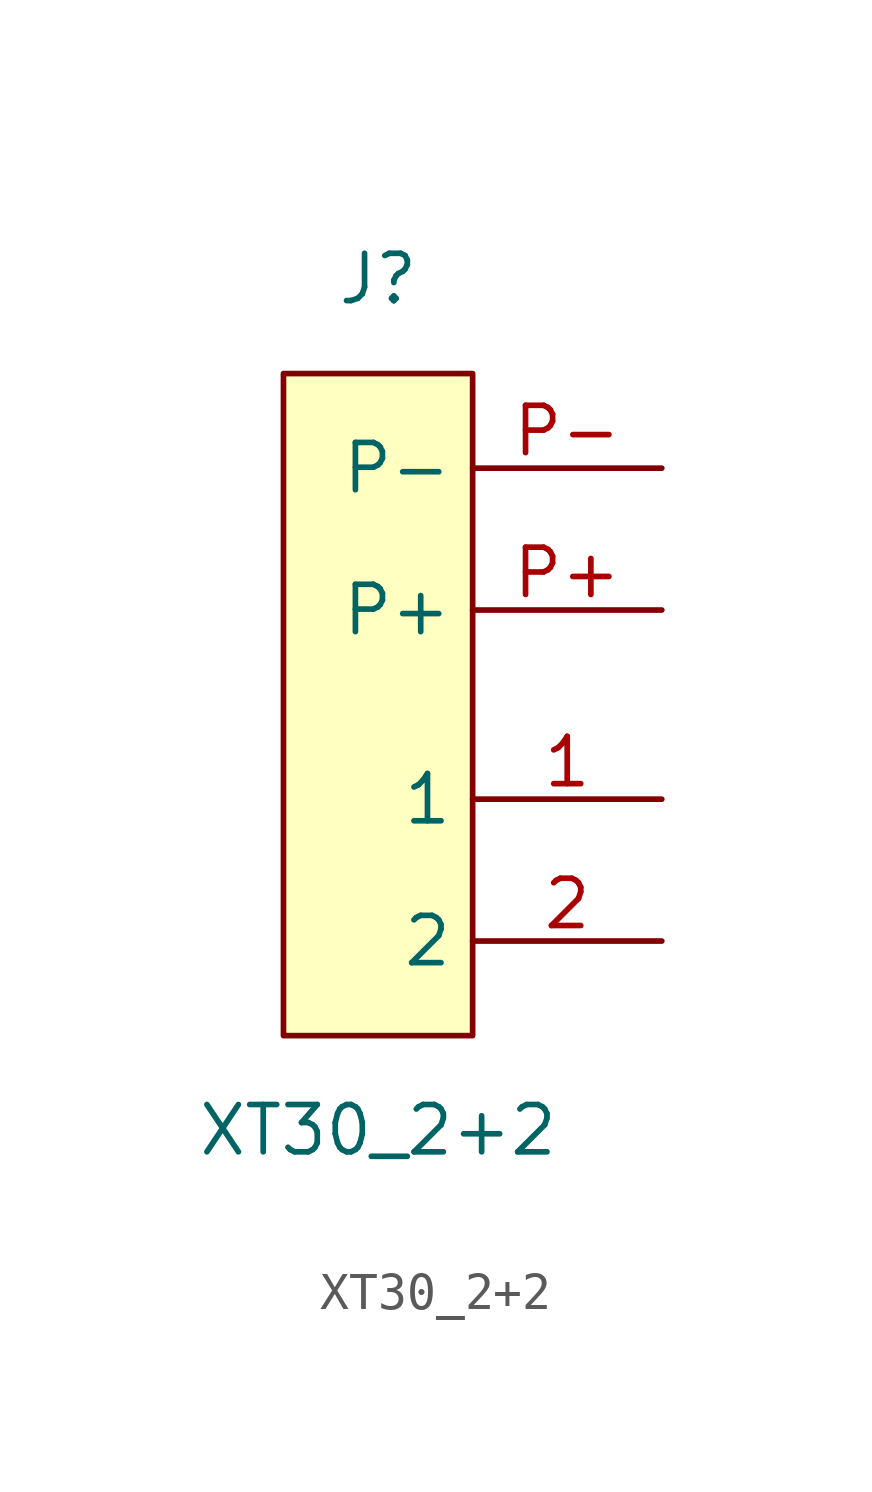
<source format=kicad_sym>
(kicad_symbol_lib
  (version 20220914)
  (generator kicad_symbol_editor)
  (symbol "XT30_2+2"
    (property "Reference" "J"
      (at 0 11.43 0)
      (effects (font (size 1.27 1.27))))
    (property "Value" "XT30_2+2"
      (at 0 -11.43 0)
      (effects (font (size 1.27 1.27))))
    (symbol "XT30_2+2_1_1"
      (rectangle (start -2.54 8.89) (end 2.54 -8.89) (stroke (width 0) (type default)) (fill (type background)))
      (pin passive line (at 7.62 -2.54 180) (length 5.08) (name "1" (effects (font (size 1.27 1.27)))) (number "1" (effects (font (size 1.27 1.27)))))
      (pin passive line (at 7.62 -6.35 180) (length 5.08) (name "2" (effects (font (size 1.27 1.27)))) (number "2" (effects (font (size 1.27 1.27)))))
      (pin power_in line (at 7.62 2.54 180) (length 5.08) (name "P+" (effects (font (size 1.27 1.27)))) (number "P+" (effects (font (size 1.27 1.27)))))
      (pin power_in line (at 7.62 6.35 180) (length 5.08) (name "P-" (effects (font (size 1.27 1.27)))) (number "P-" (effects (font (size 1.27 1.27))))))))
</source>
